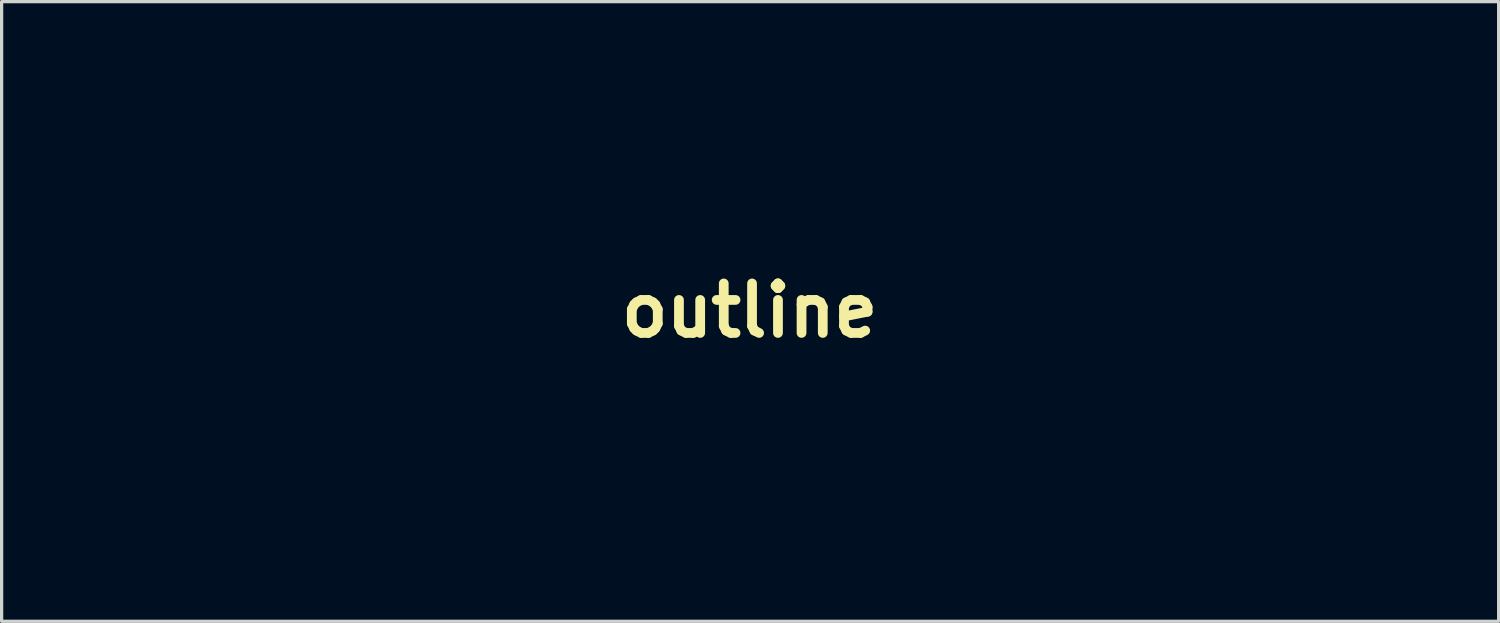
<source format=kicad_pcb>
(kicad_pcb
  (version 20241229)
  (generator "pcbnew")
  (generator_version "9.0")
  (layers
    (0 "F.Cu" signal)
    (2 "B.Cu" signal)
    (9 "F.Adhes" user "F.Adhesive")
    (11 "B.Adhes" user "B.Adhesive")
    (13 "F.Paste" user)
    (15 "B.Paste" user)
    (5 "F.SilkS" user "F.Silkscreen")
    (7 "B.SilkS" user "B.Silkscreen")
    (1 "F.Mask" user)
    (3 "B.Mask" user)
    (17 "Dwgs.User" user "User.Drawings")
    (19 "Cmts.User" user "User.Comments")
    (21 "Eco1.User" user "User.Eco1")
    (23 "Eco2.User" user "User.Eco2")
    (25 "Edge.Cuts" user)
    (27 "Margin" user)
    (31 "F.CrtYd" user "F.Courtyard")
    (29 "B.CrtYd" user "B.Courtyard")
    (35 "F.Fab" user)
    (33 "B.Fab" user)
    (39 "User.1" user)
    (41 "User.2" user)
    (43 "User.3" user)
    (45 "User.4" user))
  (footprint "outline"
    (layer "F.Cu")
    (at 20.029 6.51)
    (property "Reference" "outline" (at 0 0 0) (layer "F.SilkS") (effects (font (size 1.524 1.524) (thickness 0.3))))
    (attr board_only exclude_from_pos_files exclude_from_bom)
    (fp_poly (pts (xy -11.233 -1.664) (xy -11.128 -1.608) (xy -11.048 -1.532) (xy -11.001 -1.444) (xy -10.995 -1.395) (xy -11.019 -1.285) (xy -11.09 -1.167) (xy -11.203 -1.043) (xy -11.356 -0.917) (xy -11.545 -0.791) (xy -11.766 -0.669) (xy -12.013 -0.553) (xy -12.101 -0.519) (xy -12.215 -0.48) (xy -12.344 -0.44) (xy -12.476 -0.401) (xy -12.598 -0.368) (xy -12.7 -0.344) (xy -12.769 -0.332) (xy -12.781 -0.331) (xy -12.785 -0.353) (xy -12.774 -0.409) (xy -12.76 -0.464) (xy -12.676 -0.676) (xy -12.554 -0.886) (xy -12.401 -1.086) (xy -12.223 -1.269) (xy -12.03 -1.429) (xy -11.826 -1.559) (xy -11.621 -1.65) (xy -11.472 -1.69) (xy -11.351 -1.693)) (stroke (width 0) (type solid)) (fill yes) (layer "F.Mask"))
    (fp_poly (pts (xy -7.171 -1.687) (xy -7.063 -1.64) (xy -6.97 -1.572) (xy -6.902 -1.492) (xy -6.872 -1.408) (xy -6.872 -1.396) (xy -6.896 -1.292) (xy -6.964 -1.179) (xy -7.071 -1.06) (xy -7.213 -0.94) (xy -7.383 -0.821) (xy -7.578 -0.707) (xy -7.792 -0.601) (xy -8.02 -0.507) (xy -8.257 -0.429) (xy -8.272 -0.425) (xy -8.436 -0.38) (xy -8.557 -0.354) (xy -8.634 -0.345) (xy -8.673 -0.353) (xy -8.678 -0.364) (xy -8.669 -0.401) (xy -8.645 -0.471) (xy -8.612 -0.56) (xy -8.606 -0.574) (xy -8.474 -0.841) (xy -8.297 -1.085) (xy -8.08 -1.304) (xy -7.854 -1.473) (xy -7.735 -1.543) (xy -7.604 -1.607) (xy -7.476 -1.659) (xy -7.363 -1.693) (xy -7.283 -1.705)) (stroke (width 0) (type solid)) (fill yes) (layer "F.Mask"))
    (fp_poly (pts (xy -11.102 -6.504) (xy -11.053 -6.456) (xy -10.976 -6.369) (xy -10.875 -6.243) (xy -10.825 -6.179) (xy -10.665 -5.97) (xy -10.536 -5.793) (xy -10.433 -5.64) (xy -10.355 -5.507) (xy -10.298 -5.386) (xy -10.259 -5.27) (xy -10.235 -5.153) (xy -10.223 -5.028) (xy -10.22 -4.889) (xy -10.22 -4.874) (xy -10.223 -4.735) (xy -10.231 -4.631) (xy -10.246 -4.546) (xy -10.272 -4.465) (xy -10.281 -4.441) (xy -10.41 -4.181) (xy -10.581 -3.946) (xy -10.794 -3.738) (xy -10.961 -3.615) (xy -11.219 -3.471) (xy -11.505 -3.361) (xy -11.823 -3.285) (xy -12.172 -3.244) (xy -12.555 -3.236) (xy -12.973 -3.263) (xy -13.428 -3.322) (xy -13.586 -3.35) (xy -13.716 -3.372) (xy -13.826 -3.39) (xy -13.908 -3.402) (xy -13.953 -3.407) (xy -13.959 -3.406) (xy -13.97 -3.38) (xy -13.992 -3.316) (xy -14.022 -3.224) (xy -14.043 -3.156) (xy -14.097 -2.985) (xy -14.163 -2.78) (xy -14.237 -2.546) (xy -14.32 -2.288) (xy -14.409 -2.012) (xy -14.502 -1.722) (xy -14.598 -1.424) (xy -14.695 -1.123) (xy -14.792 -0.824) (xy -14.886 -0.533) (xy -14.976 -0.254) (xy -15.061 0.007) (xy -15.139 0.244) (xy -15.207 0.454) (xy -15.265 0.63) (xy -15.311 0.768) (xy -15.339 0.854) (xy -15.413 1.06) (xy -15.484 1.248) (xy -15.551 1.407) (xy -15.609 1.53) (xy -15.627 1.564) (xy -15.794 1.809) (xy -16.001 2.037) (xy -16.24 2.237) (xy -16.501 2.404) (xy -16.669 2.485) (xy -16.85 2.555) (xy -17.053 2.622) (xy -17.257 2.678) (xy -17.44 2.718) (xy -17.468 2.723) (xy -17.622 2.74) (xy -17.799 2.746) (xy -17.979 2.741) (xy -18.143 2.727) (xy -18.236 2.711) (xy -18.515 2.627) (xy -18.768 2.505) (xy -18.991 2.347) (xy -19.18 2.157) (xy -19.331 1.938) (xy -19.44 1.695) (xy -19.447 1.675) (xy -19.49 1.486) (xy -19.509 1.277) (xy -19.502 1.065) (xy -19.471 0.871) (xy -19.447 0.789) (xy -19.332 0.535) (xy -19.173 0.302) (xy -19.036 0.152) (xy -18.842 -0.012) (xy -18.626 -0.139) (xy -18.384 -0.232) (xy -18.109 -0.293) (xy -17.873 -0.319) (xy -17.614 -0.337) (xy -17.355 -1.117) (xy -17.287 -1.32) (xy -17.219 -1.52) (xy -17.154 -1.708) (xy -17.096 -1.876) (xy -17.046 -2.016) (xy -17.008 -2.118) (xy -16.998 -2.145) (xy -16.824 -2.542) (xy -16.628 -2.914) (xy -16.414 -3.254) (xy -16.242 -3.485) (xy -16.182 -3.56) (xy -16.139 -3.619) (xy -16.118 -3.651) (xy -16.117 -3.655) (xy -16.146 -3.655) (xy -16.213 -3.646) (xy -16.307 -3.629) (xy -16.416 -3.607) (xy -16.531 -3.582) (xy -16.64 -3.556) (xy -16.732 -3.532) (xy -16.797 -3.513) (xy -16.823 -3.5) (xy -16.823 -3.499) (xy -16.827 -3.423) (xy -16.839 -3.308) (xy -16.856 -3.167) (xy -16.877 -3.013) (xy -16.9 -2.857) (xy -16.923 -2.711) (xy -16.945 -2.588) (xy -16.964 -2.5) (xy -17.065 -2.191) (xy -17.2 -1.917) (xy -17.369 -1.679) (xy -17.568 -1.479) (xy -17.795 -1.319) (xy -18.05 -1.201) (xy -18.329 -1.126) (xy -18.631 -1.095) (xy -18.682 -1.094) (xy -18.933 -1.111) (xy -19.152 -1.164) (xy -19.35 -1.257) (xy -19.534 -1.393) (xy -19.637 -1.491) (xy -19.799 -1.696) (xy -19.919 -1.928) (xy -19.996 -2.184) (xy -20.029 -2.459) (xy -20.029 -2.507) (xy -19.569 -2.507) (xy -19.566 -2.437) (xy -19.532 -2.22) (xy -19.458 -2.025) (xy -19.349 -1.857) (xy -19.21 -1.72) (xy -19.046 -1.62) (xy -18.859 -1.56) (xy -18.694 -1.545) (xy -18.441 -1.569) (xy -18.204 -1.638) (xy -17.987 -1.747) (xy -17.798 -1.893) (xy -17.641 -2.072) (xy -17.538 -2.246) (xy -17.478 -2.393) (xy -17.421 -2.567) (xy -17.373 -2.748) (xy -17.344 -2.896) (xy -17.327 -3.004) (xy -17.448 -2.94) (xy -17.559 -2.892) (xy -17.65 -2.879) (xy -17.736 -2.9) (xy -17.763 -2.913) (xy -17.836 -2.973) (xy -17.866 -3.054) (xy -17.853 -3.158) (xy -17.797 -3.288) (xy -17.777 -3.323) (xy -17.638 -3.51) (xy -17.453 -3.675) (xy -17.226 -3.817) (xy -16.957 -3.934) (xy -16.648 -4.027) (xy -16.3 -4.095) (xy -16.25 -4.102) (xy -16.136 -4.113) (xy -15.986 -4.122) (xy -15.812 -4.129) (xy -15.625 -4.133) (xy -15.436 -4.134) (xy -15.258 -4.132) (xy -15.102 -4.128) (xy -14.979 -4.12) (xy -14.931 -4.114) (xy -14.782 -4.093) (xy -14.955 -3.993) (xy -15.156 -3.868) (xy -15.33 -3.742) (xy -15.494 -3.601) (xy -15.666 -3.432) (xy -15.678 -3.419) (xy -15.879 -3.196) (xy -16.05 -2.974) (xy -16.204 -2.735) (xy -16.31 -2.545) (xy -16.36 -2.449) (xy -16.408 -2.35) (xy -16.456 -2.245) (xy -16.506 -2.128) (xy -16.558 -1.995) (xy -16.616 -1.842) (xy -16.68 -1.665) (xy -16.753 -1.458) (xy -16.835 -1.217) (xy -16.929 -0.939) (xy -17.036 -0.618) (xy -17.076 -0.496) (xy -17.157 -0.253) (xy -17.234 -0.024) (xy -17.306 0.187) (xy -17.37 0.376) (xy -17.426 0.536) (xy -17.471 0.664) (xy -17.505 0.755) (xy -17.524 0.804) (xy -17.527 0.809) (xy -17.591 0.878) (xy -17.679 0.934) (xy -17.769 0.965) (xy -17.795 0.967) (xy -17.858 0.951) (xy -17.929 0.911) (xy -17.942 0.9) (xy -18.04 0.792) (xy -18.088 0.673) (xy -18.088 0.546) (xy -18.037 0.412) (xy -17.938 0.274) (xy -17.913 0.246) (xy -17.861 0.189) (xy -17.83 0.147) (xy -17.826 0.134) (xy -17.854 0.133) (xy -17.92 0.141) (xy -18.012 0.154) (xy -18.053 0.161) (xy -18.303 0.227) (xy -18.524 0.334) (xy -18.714 0.479) (xy -18.869 0.66) (xy -18.968 0.833) (xy -19.009 0.924) (xy -19.033 1) (xy -19.045 1.08) (xy -19.05 1.183) (xy -19.05 1.236) (xy -19.048 1.351) (xy -19.041 1.435) (xy -19.022 1.507) (xy -18.989 1.588) (xy -18.954 1.66) (xy -18.839 1.846) (xy -18.692 1.999) (xy -18.509 2.123) (xy -18.285 2.22) (xy -18.21 2.244) (xy -18.059 2.274) (xy -17.876 2.285) (xy -17.675 2.278) (xy -17.47 2.254) (xy -17.276 2.212) (xy -17.243 2.203) (xy -16.927 2.093) (xy -16.653 1.958) (xy -16.42 1.796) (xy -16.223 1.605) (xy -16.06 1.383) (xy -15.977 1.234) (xy -15.941 1.152) (xy -15.89 1.021) (xy -15.826 0.843) (xy -15.748 0.62) (xy -15.657 0.352) (xy -15.553 0.04) (xy -15.437 -0.314) (xy -15.309 -0.71) (xy -15.168 -1.147) (xy -15.092 -1.387) (xy -14.976 -1.75) (xy -14.866 -2.096) (xy -14.761 -2.421) (xy -14.664 -2.723) (xy -14.575 -2.999) (xy -14.495 -3.246) (xy -14.424 -3.46) (xy -14.365 -3.64) (xy -14.317 -3.781) (xy -14.283 -3.882) (xy -14.262 -3.938) (xy -14.256 -3.95) (xy -14.225 -3.953) (xy -14.158 -3.944) (xy -14.069 -3.924) (xy -14.049 -3.919) (xy -13.718 -3.842) (xy -13.382 -3.779) (xy -13.052 -3.731) (xy -12.742 -3.701) (xy -12.465 -3.69) (xy -12.463 -3.69) (xy -12.107 -3.708) (xy -11.787 -3.759) (xy -11.504 -3.845) (xy -11.258 -3.965) (xy -11.05 -4.118) (xy -10.88 -4.306) (xy -10.759 -4.504) (xy -10.717 -4.594) (xy -10.692 -4.669) (xy -10.68 -4.748) (xy -10.677 -4.854) (xy -10.677 -4.887) (xy -10.678 -4.998) (xy -10.687 -5.079) (xy -10.707 -5.152) (xy -10.743 -5.236) (xy -10.778 -5.307) (xy -10.827 -5.398) (xy -10.869 -5.469) (xy -10.898 -5.509) (xy -10.906 -5.515) (xy -10.933 -5.498) (xy -10.974 -5.45) (xy -11.002 -5.409) (xy -11.11 -5.283) (xy -11.267 -5.171) (xy -11.473 -5.073) (xy -11.728 -4.988) (xy -11.975 -4.929) (xy -12.201 -4.884) (xy -12.423 -4.845) (xy -12.648 -4.812) (xy -12.884 -4.783) (xy -13.139 -4.758) (xy -13.421 -4.736) (xy -13.739 -4.715) (xy -14.089 -4.696) (xy -14.563 -4.672) (xy -14.99 -4.649) (xy -15.373 -4.626) (xy -15.717 -4.604) (xy -16.025 -4.581) (xy -16.3 -4.558) (xy -16.548 -4.534) (xy -16.77 -4.508) (xy -16.972 -4.48) (xy -17.156 -4.449) (xy -17.327 -4.416) (xy -17.488 -4.379) (xy -17.643 -4.338) (xy -17.796 -4.293) (xy -17.951 -4.243) (xy -18.045 -4.211) (xy -18.39 -4.075) (xy -18.688 -3.922) (xy -18.94 -3.751) (xy -19.149 -3.561) (xy -19.316 -3.351) (xy -19.419 -3.169) (xy -19.508 -2.948) (xy -19.557 -2.734) (xy -19.569 -2.507) (xy -20.029 -2.507) (xy -20.029 -2.514) (xy -20.006 -2.811) (xy -19.936 -3.108) (xy -19.823 -3.393) (xy -19.671 -3.656) (xy -19.671 -3.656) (xy -19.489 -3.878) (xy -19.26 -4.085) (xy -18.987 -4.275) (xy -18.673 -4.447) (xy -18.32 -4.6) (xy -17.929 -4.733) (xy -17.505 -4.844) (xy -17.048 -4.932) (xy -17.027 -4.936) (xy -16.894 -4.955) (xy -16.748 -4.974) (xy -16.584 -4.992) (xy -16.399 -5.01) (xy -16.189 -5.028) (xy -15.951 -5.046) (xy -15.681 -5.064) (xy -15.375 -5.083) (xy -15.03 -5.104) (xy -14.642 -5.125) (xy -14.208 -5.148) (xy -14.1 -5.154) (xy -13.638 -5.181) (xy -13.214 -5.215) (xy -12.831 -5.255) (xy -12.489 -5.299) (xy -12.19 -5.349) (xy -11.936 -5.404) (xy -11.727 -5.464) (xy -11.564 -5.527) (xy -11.45 -5.595) (xy -11.392 -5.657) (xy -11.373 -5.7) (xy -11.344 -5.783) (xy -11.308 -5.895) (xy -11.269 -6.026) (xy -11.249 -6.095) (xy -11.211 -6.229) (xy -11.176 -6.347) (xy -11.148 -6.439) (xy -11.129 -6.497) (xy -11.124 -6.51)) (stroke (width 0) (type solid)) (fill yes) (layer "F.Mask"))
    (fp_poly (pts (xy 18.582 -4.963) (xy 18.819 -4.962) (xy 19.035 -4.96) (xy 19.226 -4.958) (xy 19.386 -4.955) (xy 19.511 -4.952) (xy 19.596 -4.949) (xy 19.637 -4.945) (xy 19.64 -4.944) (xy 19.629 -4.914) (xy 19.604 -4.842) (xy 19.568 -4.734) (xy 19.522 -4.596) (xy 19.468 -4.434) (xy 19.409 -4.253) (xy 19.346 -4.061) (xy 19.282 -3.862) (xy 19.217 -3.664) (xy 19.155 -3.471) (xy 19.097 -3.29) (xy 19.045 -3.127) (xy 19 -2.989) (xy 18.966 -2.88) (xy 18.944 -2.807) (xy 18.935 -2.777) (xy 18.935 -2.776) (xy 18.961 -2.763) (xy 19.036 -2.754) (xy 19.162 -2.749) (xy 19.254 -2.749) (xy 19.374 -2.747) (xy 19.474 -2.744) (xy 19.543 -2.739) (xy 19.571 -2.732) (xy 19.572 -2.731) (xy 19.564 -2.703) (xy 19.544 -2.633) (xy 19.512 -2.527) (xy 19.47 -2.391) (xy 19.421 -2.231) (xy 19.366 -2.054) (xy 19.352 -2.012) (xy 19.294 -1.826) (xy 19.239 -1.649) (xy 19.19 -1.49) (xy 19.148 -1.357) (xy 19.117 -1.255) (xy 19.098 -1.194) (xy 19.097 -1.19) (xy 19.061 -1.069) (xy 18.379 -1.069) (xy 18.119 -0.274) (xy 18.031 -0.006) (xy 17.959 0.218) (xy 17.899 0.401) (xy 17.852 0.548) (xy 17.816 0.662) (xy 17.79 0.748) (xy 17.772 0.81) (xy 17.762 0.851) (xy 17.758 0.875) (xy 17.758 0.887) (xy 17.763 0.891) (xy 17.764 0.891) (xy 17.79 0.873) (xy 17.84 0.827) (xy 17.905 0.76) (xy 17.926 0.739) (xy 18.077 0.542) (xy 18.191 0.318) (xy 18.271 0.062) (xy 18.312 -0.185) (xy 18.328 -0.331) (xy 19.192 -0.331) (xy 19.396 -0.33) (xy 19.582 -0.329) (xy 19.746 -0.326) (xy 19.881 -0.323) (xy 19.981 -0.319) (xy 20.041 -0.314) (xy 20.055 -0.31) (xy 20.048 -0.278) (xy 20.027 -0.21) (xy 19.996 -0.118) (xy 19.977 -0.062) (xy 19.94 0.065) (xy 19.901 0.227) (xy 19.865 0.409) (xy 19.837 0.572) (xy 19.749 1.056) (xy 19.637 1.52) (xy 19.502 1.957) (xy 19.345 2.364) (xy 19.17 2.734) (xy 18.978 3.062) (xy 18.906 3.167) (xy 18.737 3.382) (xy 18.529 3.608) (xy 18.292 3.837) (xy 18.035 4.06) (xy 17.766 4.271) (xy 17.495 4.46) (xy 17.268 4.6) (xy 17.04 4.718) (xy 16.77 4.837) (xy 16.467 4.954) (xy 16.139 5.065) (xy 15.794 5.169) (xy 15.443 5.263) (xy 15.092 5.343) (xy 14.752 5.407) (xy 14.75 5.407) (xy 14.588 5.433) (xy 14.418 5.458) (xy 14.239 5.483) (xy 14.051 5.507) (xy 13.851 5.531) (xy 13.639 5.554) (xy 13.414 5.576) (xy 13.173 5.598) (xy 12.917 5.62) (xy 12.643 5.642) (xy 12.351 5.663) (xy 12.039 5.685) (xy 11.706 5.706) (xy 11.352 5.727) (xy 10.974 5.748) (xy 10.571 5.77) (xy 10.143 5.791) (xy 9.687 5.813) (xy 9.204 5.835) (xy 8.691 5.857) (xy 8.147 5.88) (xy 7.572 5.903) (xy 6.964 5.926) (xy 6.321 5.95) (xy 5.643 5.975) (xy 4.928 6) (xy 4.176 6.026) (xy 3.384 6.053) (xy 2.552 6.08) (xy 1.678 6.109) (xy 0.762 6.138) (xy -0.199 6.168) (xy -1.205 6.2) (xy -2.257 6.232) (xy -3.356 6.266) (xy -4.505 6.3) (xy -5.307 6.324) (xy -5.511 6.331) (xy -5.75 6.338) (xy -6.021 6.346) (xy -6.321 6.354) (xy -6.647 6.364) (xy -6.995 6.374) (xy -7.363 6.384) (xy -7.746 6.395) (xy -8.142 6.407) (xy -8.548 6.418) (xy -8.96 6.43) (xy -9.376 6.442) (xy -9.791 6.453) (xy -10.203 6.465) (xy -10.609 6.477) (xy -11.006 6.488) (xy -11.389 6.499) (xy -11.757 6.509) (xy -12.106 6.519) (xy -12.432 6.528) (xy -12.733 6.536) (xy -13.005 6.544) (xy -13.245 6.55) (xy -13.45 6.556) (xy -13.617 6.56) (xy -13.743 6.564) (xy -13.823 6.566) (xy -13.856 6.566) (xy -13.874 6.562) (xy -13.903 6.548) (xy -13.945 6.523) (xy -14.003 6.485) (xy -14.078 6.432) (xy -14.173 6.364) (xy -14.289 6.279) (xy -14.429 6.175) (xy -14.595 6.05) (xy -14.788 5.903) (xy -15.011 5.733) (xy -15.266 5.538) (xy -15.554 5.316) (xy -15.879 5.066) (xy -16.242 4.786) (xy -16.263 4.77) (xy -16.567 4.535) (xy -16.86 4.309) (xy -17.14 4.094) (xy -17.404 3.89) (xy -17.649 3.701) (xy -17.874 3.528) (xy -18.075 3.373) (xy -18.082 3.368) (xy -17.302 3.368) (xy -17.286 3.39) (xy -17.268 3.407) (xy -17.241 3.43) (xy -17.176 3.482) (xy -17.077 3.56) (xy -16.947 3.662) (xy -16.789 3.785) (xy -16.605 3.928) (xy -16.399 4.088) (xy -16.175 4.262) (xy -15.934 4.448) (xy -15.681 4.644) (xy -15.5 4.784) (xy -13.782 6.11) (xy -13.311 6.095) (xy -13.225 6.093) (xy -13.092 6.089) (xy -12.916 6.084) (xy -12.699 6.077) (xy -12.447 6.07) (xy -12.162 6.062) (xy -11.848 6.053) (xy -11.51 6.044) (xy -11.15 6.034) (xy -10.772 6.023) (xy -10.38 6.012) (xy -9.978 6.001) (xy -9.671 5.992) (xy -8.759 5.967) (xy -7.833 5.941) (xy -6.897 5.914) (xy -5.954 5.886) (xy -5.009 5.858) (xy -4.065 5.83) (xy -3.125 5.802) (xy -2.192 5.773) (xy -1.272 5.745) (xy -0.366 5.716) (xy 0.522 5.688) (xy 1.387 5.661) (xy 2.226 5.633) (xy 3.037 5.607) (xy 3.814 5.581) (xy 4.556 5.556) (xy 5.257 5.531) (xy 5.915 5.508) (xy 6.526 5.486) (xy 6.579 5.484) (xy 7.362 5.455) (xy 8.096 5.426) (xy 8.784 5.398) (xy 9.426 5.37) (xy 10.026 5.342) (xy 10.585 5.315) (xy 11.104 5.287) (xy 11.587 5.259) (xy 12.036 5.23) (xy 12.451 5.201) (xy 12.835 5.171) (xy 13.191 5.14) (xy 13.52 5.108) (xy 13.824 5.075) (xy 14.105 5.04) (xy 14.365 5.004) (xy 14.607 4.966) (xy 14.831 4.927) (xy 15.041 4.885) (xy 15.238 4.841) (xy 15.423 4.795) (xy 15.833 4.679) (xy 16.216 4.553) (xy 16.567 4.418) (xy 16.882 4.278) (xy 17.154 4.133) (xy 17.339 4.015) (xy 17.628 3.8) (xy 17.899 3.573) (xy 18.146 3.341) (xy 18.362 3.111) (xy 18.539 2.89) (xy 18.591 2.815) (xy 18.748 2.55) (xy 18.896 2.244) (xy 19.033 1.906) (xy 19.154 1.547) (xy 19.257 1.176) (xy 19.339 0.802) (xy 19.396 0.435) (xy 19.41 0.299) (xy 19.426 0.127) (xy 18.737 0.127) (xy 18.681 0.311) (xy 18.59 0.556) (xy 18.472 0.781) (xy 18.333 0.98) (xy 18.178 1.146) (xy 18.013 1.271) (xy 17.934 1.313) (xy 17.809 1.354) (xy 17.673 1.371) (xy 17.538 1.365) (xy 17.416 1.337) (xy 17.319 1.29) (xy 17.258 1.225) (xy 17.233 1.129) (xy 17.24 0.996) (xy 17.28 0.827) (xy 17.292 0.789) (xy 17.313 0.724) (xy 17.348 0.617) (xy 17.395 0.474) (xy 17.452 0.3) (xy 17.516 0.103) (xy 17.586 -0.112) (xy 17.66 -0.339) (xy 17.701 -0.464) (xy 18.047 -1.527) (xy 18.722 -1.527) (xy 18.839 -1.902) (xy 18.955 -2.278) (xy 18.627 -2.285) (xy 18.505 -2.289) (xy 18.403 -2.294) (xy 18.331 -2.301) (xy 18.3 -2.308) (xy 18.299 -2.309) (xy 18.307 -2.336) (xy 18.328 -2.406) (xy 18.361 -2.511) (xy 18.404 -2.646) (xy 18.455 -2.804) (xy 18.512 -2.979) (xy 18.519 -3.002) (xy 18.586 -3.206) (xy 18.655 -3.42) (xy 18.724 -3.631) (xy 18.787 -3.827) (xy 18.842 -3.995) (xy 18.873 -4.091) (xy 19.006 -4.505) (xy 17.342 -4.505) (xy 16.983 -3.404) (xy 16.624 -2.303) (xy 16.311 -2.291) (xy 15.998 -2.278) (xy 15.879 -1.902) (xy 15.76 -1.527) (xy 16.062 -1.527) (xy 16.207 -1.525) (xy 16.304 -1.519) (xy 16.355 -1.508) (xy 16.365 -1.498) (xy 16.357 -1.468) (xy 16.336 -1.395) (xy 16.302 -1.286) (xy 16.257 -1.146) (xy 16.205 -0.983) (xy 16.146 -0.801) (xy 16.112 -0.697) (xy 16.032 -0.455) (xy 15.964 -0.257) (xy 15.907 -0.098) (xy 15.856 0.03) (xy 15.809 0.13) (xy 15.764 0.208) (xy 15.719 0.269) (xy 15.67 0.319) (xy 15.615 0.363) (xy 15.588 0.382) (xy 15.42 0.478) (xy 15.264 0.525) (xy 15.117 0.523) (xy 14.977 0.471) (xy 14.842 0.37) (xy 14.782 0.309) (xy 14.668 0.15) (xy 14.604 -0.019) (xy 14.591 -0.189) (xy 15.054 -0.189) (xy 15.059 -0.095) (xy 15.069 -0.071) (xy 15.103 -0.014) (xy 15.144 0.039) (xy 15.178 0.072) (xy 15.187 0.076) (xy 15.214 0.066) (xy 15.266 0.04) (xy 15.27 0.039) (xy 15.339 -0.01) (xy 15.395 -0.066) (xy 15.416 -0.107) (xy 15.449 -0.186) (xy 15.49 -0.295) (xy 15.536 -0.422) (xy 15.584 -0.559) (xy 15.629 -0.696) (xy 15.67 -0.823) (xy 15.702 -0.93) (xy 15.723 -1.007) (xy 15.729 -1.041) (xy 15.71 -1.067) (xy 15.668 -1.069) (xy 15.619 -1.05) (xy 15.584 -1.015) (xy 15.582 -1.012) (xy 15.554 -0.968) (xy 15.5 -0.898) (xy 15.431 -0.814) (xy 15.387 -0.764) (xy 15.256 -0.6) (xy 15.155 -0.446) (xy 15.087 -0.308) (xy 15.054 -0.189) (xy 14.591 -0.189) (xy 14.59 -0.199) (xy 14.625 -0.39) (xy 14.651 -0.465) (xy 14.704 -0.576) (xy 14.782 -0.71) (xy 14.876 -0.853) (xy 14.977 -0.991) (xy 15.046 -1.075) (xy 15.125 -1.175) (xy 15.176 -1.263) (xy 15.205 -1.358) (xy 15.218 -1.476) (xy 15.22 -1.579) (xy 15.216 -1.697) (xy 15.2 -1.787) (xy 15.169 -1.872) (xy 15.154 -1.903) (xy 15.05 -2.058) (xy 14.91 -2.177) (xy 14.737 -2.26) (xy 14.532 -2.305) (xy 14.459 -2.311) (xy 14.201 -2.303) (xy 13.962 -2.249) (xy 13.738 -2.148) (xy 13.634 -2.081) (xy 13.602 -2.049) (xy 13.543 -1.981) (xy 13.463 -1.883) (xy 13.366 -1.76) (xy 13.255 -1.617) (xy 13.136 -1.46) (xy 13.075 -1.379) (xy 12.941 -1.202) (xy 12.795 -1.011) (xy 12.641 -0.81) (xy 12.481 -0.604) (xy 12.318 -0.396) (xy 12.156 -0.191) (xy 11.998 0.009) (xy 11.847 0.198) (xy 11.706 0.374) (xy 11.578 0.531) (xy 11.466 0.667) (xy 11.374 0.777) (xy 11.304 0.857) (xy 11.26 0.904) (xy 11.246 0.915) (xy 11.249 0.892) (xy 11.266 0.828) (xy 11.295 0.728) (xy 11.334 0.599) (xy 11.381 0.448) (xy 11.421 0.324) (xy 11.473 0.162) (xy 11.538 -0.039) (xy 11.612 -0.269) (xy 11.693 -0.517) (xy 11.776 -0.775) (xy 11.859 -1.032) (xy 11.936 -1.273) (xy 12.261 -2.278) (xy 11.965 -2.293) (xy 11.844 -2.299) (xy 11.686 -2.303) (xy 11.506 -2.308) (xy 11.317 -2.311) (xy 11.133 -2.313) (xy 10.597 -2.316) (xy 10.157 -0.961) (xy 10.047 -0.624) (xy 9.951 -0.331) (xy 9.866 -0.08) (xy 9.792 0.135) (xy 9.726 0.317) (xy 9.667 0.469) (xy 9.614 0.596) (xy 9.565 0.702) (xy 9.517 0.791) (xy 9.471 0.866) (xy 9.424 0.931) (xy 9.374 0.991) (xy 9.353 1.014) (xy 9.198 1.159) (xy 9.035 1.272) (xy 8.869 1.35) (xy 8.708 1.392) (xy 8.559 1.395) (xy 8.438 1.36) (xy 8.35 1.295) (xy 8.301 1.198) (xy 8.29 1.071) (xy 8.299 1.024) (xy 8.323 0.932) (xy 8.361 0.797) (xy 8.412 0.624) (xy 8.476 0.416) (xy 8.55 0.175) (xy 8.635 -0.095) (xy 8.729 -0.391) (xy 8.816 -0.662) (xy 9.336 -2.278) (xy 9.039 -2.293) (xy 8.918 -2.299) (xy 8.76 -2.303) (xy 8.579 -2.308) (xy 8.389 -2.311) (xy 8.207 -2.313) (xy 7.671 -2.316) (xy 7.23 -0.961) (xy 7.146 -0.702) (xy 7.064 -0.453) (xy 6.986 -0.219) (xy 6.913 -0.004) (xy 6.848 0.186) (xy 6.792 0.345) (xy 6.748 0.47) (xy 6.716 0.554) (xy 6.704 0.581) (xy 6.619 0.747) (xy 6.519 0.905) (xy 6.414 1.043) (xy 6.313 1.149) (xy 6.289 1.169) (xy 6.143 1.266) (xy 5.987 1.337) (xy 5.832 1.381) (xy 5.688 1.394) (xy 5.566 1.373) (xy 5.542 1.363) (xy 5.457 1.296) (xy 5.401 1.198) (xy 5.381 1.083) (xy 5.386 1.023) (xy 5.397 0.98) (xy 5.423 0.895) (xy 5.462 0.771) (xy 5.512 0.615) (xy 5.572 0.432) (xy 5.639 0.227) (xy 5.712 0.005) (xy 5.781 -0.202) (xy 5.877 -0.492) (xy 5.958 -0.738) (xy 6.025 -0.945) (xy 6.078 -1.118) (xy 6.118 -1.261) (xy 6.147 -1.378) (xy 6.166 -1.475) (xy 6.176 -1.555) (xy 6.178 -1.624) (xy 6.172 -1.686) (xy 6.161 -1.745) (xy 6.147 -1.796) (xy 6.08 -1.944) (xy 5.973 -2.078) (xy 5.835 -2.189) (xy 5.691 -2.262) (xy 5.518 -2.305) (xy 5.32 -2.316) (xy 5.114 -2.298) (xy 4.915 -2.251) (xy 4.757 -2.188) (xy 4.694 -2.152) (xy 4.632 -2.108) (xy 4.567 -2.05) (xy 4.494 -1.975) (xy 4.409 -1.877) (xy 4.308 -1.752) (xy 4.186 -1.594) (xy 4.051 -1.415) (xy 3.848 -1.147) (xy 3.633 -0.867) (xy 3.413 -0.584) (xy 3.195 -0.307) (xy 2.985 -0.044) (xy 2.79 0.197) (xy 2.617 0.407) (xy 2.585 0.445) (xy 2.491 0.558) (xy 2.402 0.665) (xy 2.327 0.756) (xy 2.274 0.821) (xy 2.259 0.84) (xy 2.218 0.887) (xy 2.193 0.907) (xy 2.19 0.904) (xy 2.198 0.876) (xy 2.22 0.804) (xy 2.257 0.689) (xy 2.306 0.536) (xy 2.367 0.347) (xy 2.439 0.124) (xy 2.52 -0.128) (xy 2.61 -0.406) (xy 2.708 -0.708) (xy 2.813 -1.03) (xy 2.923 -1.369) (xy 3.039 -1.723) (xy 3.062 -1.794) (xy 3.934 -4.467) (xy 3.095 -4.473) (xy 2.894 -4.475) (xy 2.71 -4.475) (xy 2.548 -4.475) (xy 2.415 -4.475) (xy 2.317 -4.473) (xy 2.26 -4.471) (xy 2.247 -4.47) (xy 2.238 -4.445) (xy 2.214 -4.374) (xy 2.177 -4.262) (xy 2.127 -4.111) (xy 2.066 -3.924) (xy 1.994 -3.705) (xy 1.913 -3.457) (xy 1.824 -3.182) (xy 1.727 -2.885) (xy 1.624 -2.569) (xy 1.516 -2.236) (xy 1.427 -1.963) (xy 1.295 -1.555) (xy 1.178 -1.194) (xy 1.074 -0.875) (xy 0.982 -0.595) (xy 0.902 -0.352) (xy 0.833 -0.143) (xy 0.773 0.036) (xy 0.721 0.186) (xy 0.677 0.312) (xy 0.639 0.417) (xy 0.606 0.502) (xy 0.578 0.572) (xy 0.553 0.628) (xy 0.53 0.675) (xy 0.509 0.714) (xy 0.495 0.738) (xy 0.366 0.933) (xy 0.24 1.086) (xy 0.109 1.205) (xy 0.01 1.273) (xy -0.066 1.316) (xy -0.129 1.343) (xy -0.195 1.356) (xy -0.282 1.361) (xy -0.358 1.362) (xy -0.506 1.356) (xy -0.613 1.336) (xy -0.688 1.298) (xy -0.74 1.24) (xy -0.753 1.217) (xy -0.782 1.139) (xy -0.784 1.055) (xy -0.758 0.955) (xy -0.702 0.831) (xy -0.676 0.782) (xy -0.571 0.558) (xy -0.508 0.356) (xy -0.486 0.169) (xy -0.506 -0.008) (xy -0.566 -0.18) (xy -0.574 -0.197) (xy -0.651 -0.323) (xy -0.766 -0.462) (xy -0.92 -0.615) (xy -1.115 -0.785) (xy -1.351 -0.972) (xy -1.632 -1.178) (xy -1.934 -1.387) (xy -2.053 -1.47) (xy -2.167 -1.553) (xy -2.264 -1.628) (xy -2.332 -1.685) (xy -2.337 -1.69) (xy -2.461 -1.823) (xy -2.583 -1.984) (xy -2.688 -2.152) (xy -2.738 -2.251) (xy -2.801 -2.447) (xy -2.817 -2.604) (xy -2.365 -2.604) (xy -2.354 -2.526) (xy -2.323 -2.445) (xy -2.306 -2.409) (xy -2.264 -2.335) (xy -2.208 -2.25) (xy -2.146 -2.168) (xy -2.087 -2.097) (xy -2.039 -2.05) (xy -2.015 -2.036) (xy -2 -2.058) (xy -1.971 -2.12) (xy -1.931 -2.212) (xy -1.884 -2.327) (xy -1.866 -2.374) (xy -1.764 -2.65) (xy -1.687 -2.891) (xy -1.635 -3.095) (xy -1.609 -3.262) (xy -1.609 -3.389) (xy -1.634 -3.476) (xy -1.686 -3.521) (xy -1.696 -3.523) (xy -1.781 -3.521) (xy -1.881 -3.48) (xy -1.987 -3.408) (xy -2.092 -3.312) (xy -2.186 -3.2) (xy -2.261 -3.078) (xy -2.292 -3.009) (xy -2.326 -2.897) (xy -2.352 -2.77) (xy -2.36 -2.705) (xy -2.365 -2.604) (xy -2.817 -2.604) (xy -2.822 -2.66) (xy -2.802 -2.882) (xy -2.744 -3.105) (xy -2.649 -3.32) (xy -2.519 -3.519) (xy -2.404 -3.65) (xy -2.223 -3.807) (xy -2.042 -3.912) (xy -1.86 -3.968) (xy -1.75 -3.977) (xy -1.568 -3.959) (xy -1.419 -3.902) (xy -1.303 -3.809) (xy -1.22 -3.679) (xy -1.172 -3.514) (xy -1.157 -3.315) (xy -1.177 -3.082) (xy -1.231 -2.818) (xy -1.307 -2.564) (xy -1.39 -2.316) (xy 0.278 -2.316) (xy 0.304 -2.411) (xy 0.358 -2.675) (xy 0.379 -2.93) (xy 0.368 -3.165) (xy 0.322 -3.372) (xy 0.307 -3.416) (xy 0.201 -3.625) (xy 0.05 -3.819) (xy -0.14 -3.997) (xy -0.365 -4.153) (xy -0.621 -4.286) (xy -0.9 -4.391) (xy -1.2 -4.464) (xy -1.229 -4.47) (xy -1.397 -4.49) (xy -1.6 -4.5) (xy -1.824 -4.5) (xy -2.055 -4.492) (xy -2.277 -4.474) (xy -2.478 -4.448) (xy -2.577 -4.43) (xy -2.969 -4.328) (xy -3.317 -4.2) (xy -3.622 -4.046) (xy -3.884 -3.865) (xy -4.104 -3.658) (xy -4.281 -3.423) (xy -4.408 -3.181) (xy -4.448 -3.082) (xy -4.473 -2.999) (xy -4.486 -2.915) (xy -4.491 -2.807) (xy -4.491 -2.749) (xy -4.49 -2.631) (xy -4.484 -2.545) (xy -4.467 -2.473) (xy -4.438 -2.396) (xy -4.399 -2.311) (xy -4.334 -2.181) (xy -4.269 -2.063) (xy -4.199 -1.953) (xy -4.121 -1.849) (xy -4.031 -1.746) (xy -3.926 -1.64) (xy -3.801 -1.53) (xy -3.652 -1.41) (xy -3.476 -1.278) (xy -3.27 -1.13) (xy -3.028 -0.962) (xy -2.748 -0.771) (xy -2.699 -0.738) (xy -2.534 -0.626) (xy -2.406 -0.538) (xy -2.309 -0.469) (xy -2.239 -0.415) (xy -2.188 -0.371) (xy -2.152 -0.332) (xy -2.126 -0.293) (xy -2.103 -0.252) (xy -2.098 -0.241) (xy -2.054 -0.132) (xy -2.033 -0.02) (xy -2.029 0.069) (xy -2.038 0.214) (xy -2.073 0.335) (xy -2.142 0.449) (xy -2.249 0.568) (xy -2.256 0.574) (xy -2.416 0.708) (xy -2.585 0.806) (xy -2.772 0.871) (xy -2.988 0.907) (xy -3.21 0.916) (xy -3.458 0.901) (xy -3.671 0.855) (xy -3.847 0.781) (xy -3.984 0.679) (xy -4.08 0.551) (xy -4.134 0.397) (xy -4.144 0.324) (xy -4.145 0.288) (xy -3.685 0.288) (xy -3.654 0.343) (xy -3.581 0.395) (xy -3.479 0.436) (xy -3.378 0.458) (xy -3.301 0.469) (xy -3.247 0.477) (xy -3.232 0.48) (xy -3.203 0.478) (xy -3.137 0.47) (xy -3.049 0.458) (xy -3.047 0.458) (xy -2.935 0.434) (xy -2.822 0.4) (xy -2.752 0.371) (xy -2.652 0.309) (xy -2.567 0.236) (xy -2.506 0.161) (xy -2.478 0.095) (xy -2.479 0.067) (xy -2.491 0.01) (xy -2.494 -0.016) (xy -2.514 -0.043) (xy -2.566 -0.089) (xy -2.64 -0.145) (xy -2.662 -0.16) (xy -2.829 -0.276) (xy -2.922 -0.237) (xy -3.172 -0.127) (xy -3.373 -0.025) (xy -3.525 0.07) (xy -3.627 0.156) (xy -3.679 0.235) (xy -3.685 0.288) (xy -4.145 0.288) (xy -4.146 0.235) (xy -4.136 0.162) (xy -4.107 0.082) (xy -4.074 0.012) (xy -3.985 -0.132) (xy -3.868 -0.256) (xy -3.713 -0.37) (xy -3.653 -0.407) (xy -3.534 -0.476) (xy -3.631 -0.515) (xy -3.876 -0.593) (xy -4.12 -0.633) (xy -4.352 -0.633) (xy -4.557 -0.596) (xy -4.766 -0.516) (xy -4.965 -0.404) (xy -5.146 -0.269) (xy -5.298 -0.118) (xy -5.411 0.042) (xy -5.43 0.079) (xy -5.517 0.313) (xy -5.56 0.558) (xy -5.557 0.806) (xy -5.511 1.048) (xy -5.42 1.277) (xy -5.352 1.394) (xy -5.224 1.547) (xy -5.054 1.693) (xy -4.848 1.828) (xy -4.614 1.948) (xy -4.36 2.05) (xy -4.094 2.129) (xy -3.823 2.181) (xy -3.752 2.19) (xy -3.489 2.204) (xy -3.198 2.191) (xy -2.896 2.154) (xy -2.596 2.095) (xy -2.314 2.016) (xy -2.298 2.01) (xy -2.081 1.936) (xy -1.926 2.015) (xy -1.783 2.083) (xy -1.659 2.13) (xy -1.535 2.162) (xy -1.388 2.185) (xy -1.359 2.189) (xy -1.09 2.203) (xy -0.804 2.182) (xy -0.513 2.13) (xy -0.231 2.05) (xy 0.03 1.944) (xy 0.257 1.815) (xy 0.259 1.814) (xy 0.328 1.768) (xy 0.382 1.733) (xy 0.4 1.722) (xy 0.428 1.731) (xy 0.456 1.79) (xy 0.461 1.807) (xy 0.515 1.912) (xy 0.609 2.015) (xy 0.732 2.105) (xy 0.811 2.147) (xy 0.927 2.182) (xy 1.074 2.201) (xy 1.235 2.203) (xy 1.395 2.188) (xy 1.536 2.157) (xy 1.578 2.142) (xy 1.629 2.121) (xy 1.677 2.1) (xy 1.723 2.075) (xy 1.769 2.044) (xy 1.818 2.005) (xy 1.873 1.954) (xy 1.935 1.89) (xy 2.007 1.809) (xy 2.091 1.709) (xy 2.189 1.587) (xy 2.304 1.44) (xy 2.437 1.266) (xy 2.592 1.063) (xy 2.771 0.826) (xy 2.976 0.554) (xy 3.208 0.245) (xy 3.218 0.231) (xy 3.412 -0.027) (xy 3.597 -0.273) (xy 3.772 -0.504) (xy 3.933 -0.718) (xy 4.079 -0.91) (xy 4.207 -1.079) (xy 4.314 -1.221) (xy 4.4 -1.333) (xy 4.461 -1.411) (xy 4.494 -1.454) (xy 4.501 -1.461) (xy 4.497 -1.44) (xy 4.478 -1.376) (xy 4.446 -1.272) (xy 4.402 -1.133) (xy 4.346 -0.963) (xy 4.282 -0.767) (xy 4.209 -0.549) (xy 4.13 -0.313) (xy 4.091 -0.197) (xy 3.994 0.089) (xy 3.913 0.33) (xy 3.846 0.532) (xy 3.792 0.698) (xy 3.749 0.835) (xy 3.716 0.944) (xy 3.691 1.032) (xy 3.675 1.103) (xy 3.664 1.16) (xy 3.658 1.208) (xy 3.656 1.252) (xy 3.656 1.26) (xy 3.674 1.441) (xy 3.734 1.603) (xy 3.839 1.749) (xy 3.99 1.882) (xy 4.189 2.004) (xy 4.197 2.007) (xy 4.466 2.119) (xy 4.757 2.184) (xy 5.069 2.203) (xy 5.401 2.176) (xy 5.719 2.111) (xy 5.882 2.059) (xy 6.061 1.987) (xy 6.239 1.901) (xy 6.398 1.81) (xy 6.511 1.732) (xy 6.581 1.679) (xy 6.638 1.642) (xy 6.667 1.629) (xy 6.695 1.649) (xy 6.728 1.699) (xy 6.73 1.703) (xy 6.802 1.798) (xy 6.913 1.895) (xy 7.054 1.986) (xy 7.215 2.067) (xy 7.384 2.129) (xy 7.447 2.146) (xy 7.631 2.184) (xy 7.81 2.201) (xy 8.004 2.2) (xy 8.177 2.187) (xy 8.518 2.133) (xy 8.836 2.043) (xy 9.125 1.92) (xy 9.339 1.793) (xy 9.408 1.747) (xy 9.458 1.715) (xy 9.477 1.705) (xy 9.488 1.727) (xy 9.502 1.781) (xy 9.504 1.79) (xy 9.541 1.878) (xy 9.618 1.972) (xy 9.722 2.061) (xy 9.837 2.131) (xy 10.01 2.192) (xy 10.201 2.213) (xy 10.4 2.196) (xy 10.598 2.144) (xy 10.783 2.058) (xy 10.946 1.94) (xy 11.008 1.88) (xy 11.043 1.838) (xy 11.106 1.759) (xy 11.194 1.646) (xy 11.306 1.502) (xy 11.437 1.331) (xy 11.585 1.137) (xy 11.748 0.922) (xy 11.923 0.691) (xy 12.108 0.446) (xy 12.299 0.192) (xy 12.343 0.134) (xy 12.532 -0.117) (xy 12.712 -0.357) (xy 12.881 -0.581) (xy 13.037 -0.787) (xy 13.176 -0.971) (xy 13.298 -1.131) (xy 13.399 -1.264) (xy 13.477 -1.365) (xy 13.53 -1.434) (xy 13.556 -1.465) (xy 13.558 -1.467) (xy 13.555 -1.441) (xy 13.541 -1.376) (xy 13.519 -1.284) (xy 13.5 -1.207) (xy 13.426 -0.85) (xy 13.395 -0.52) (xy 13.406 -0.218) (xy 13.46 0.057) (xy 13.556 0.305) (xy 13.696 0.526) (xy 13.817 0.665) (xy 13.959 0.791) (xy 14.108 0.89) (xy 14.278 0.969) (xy 14.483 1.035) (xy 14.52 1.045) (xy 14.751 1.087) (xy 14.994 1.099) (xy 15.232 1.081) (xy 15.451 1.033) (xy 15.525 1.007) (xy 15.543 1.007) (xy 15.555 1.03) (xy 15.561 1.083) (xy 15.563 1.176) (xy 15.563 1.228) (xy 15.565 1.345) (xy 15.572 1.427) (xy 15.587 1.492) (xy 15.615 1.556) (xy 15.639 1.6) (xy 15.752 1.755) (xy 15.908 1.897) (xy 16.103 2.02) (xy 16.304 2.111) (xy 16.527 2.171) (xy 16.778 2.198) (xy 17.048 2.192) (xy 17.328 2.154) (xy 17.608 2.085) (xy 17.879 1.985) (xy 17.941 1.958) (xy 18.035 1.915) (xy 18.11 1.884) (xy 18.156 1.868) (xy 18.164 1.867) (xy 18.164 1.901) (xy 18.137 1.964) (xy 18.089 2.05) (xy 18.025 2.149) (xy 17.95 2.252) (xy 17.871 2.351) (xy 17.799 2.431) (xy 17.68 2.543) (xy 17.53 2.668) (xy 17.357 2.799) (xy 17.173 2.93) (xy 16.987 3.052) (xy 16.809 3.161) (xy 16.649 3.248) (xy 16.525 3.304) (xy 16.4 3.347) (xy 16.236 3.396) (xy 16.045 3.448) (xy 15.838 3.5) (xy 15.626 3.55) (xy 15.42 3.594) (xy 15.232 3.63) (xy 15.181 3.638) (xy 15.036 3.66) (xy 14.881 3.68) (xy 14.709 3.699) (xy 14.515 3.716) (xy 14.291 3.732) (xy 14.031 3.749) (xy 13.729 3.766) (xy 13.654 3.77) (xy 13.555 3.773) (xy 13.407 3.777) (xy 13.215 3.78) (xy 12.981 3.782) (xy 12.709 3.784) (xy 12.4 3.785) (xy 12.06 3.786) (xy 11.69 3.787) (xy 11.293 3.787) (xy 10.873 3.787) (xy 10.433 3.787) (xy 9.976 3.786) (xy 9.504 3.785) (xy 9.021 3.783) (xy 8.531 3.781) (xy 8.035 3.779) (xy 7.537 3.777) (xy 7.041 3.774) (xy 6.549 3.77) (xy 6.064 3.767) (xy 5.589 3.763) (xy 5.128 3.759) (xy 4.683 3.755) (xy 4.258 3.75) (xy 3.855 3.745) (xy 3.639 3.742) (xy 2.715 3.729) (xy 1.839 3.717) (xy 1.008 3.706) (xy 0.221 3.694) (xy -0.527 3.684) (xy -1.237 3.674) (xy -1.911 3.664) (xy -2.554 3.654) (xy -3.167 3.645) (xy -3.753 3.636) (xy -4.314 3.627) (xy -4.854 3.619) (xy -5.375 3.61) (xy -5.879 3.602) (xy -6.37 3.594) (xy -6.85 3.585) (xy -7.321 3.577) (xy -7.786 3.568) (xy -8.249 3.56) (xy -8.711 3.551) (xy -9.175 3.542) (xy -9.644 3.532) (xy -10.121 3.523) (xy -10.607 3.513) (xy -11.107 3.502) (xy -11.622 3.491) (xy -12.155 3.48) (xy -12.433 3.474) (xy -12.833 3.465) (xy -13.233 3.457) (xy -13.629 3.448) (xy -14.016 3.44) (xy -14.389 3.433) (xy -14.744 3.425) (xy -15.076 3.419) (xy -15.38 3.413) (xy -15.651 3.408) (xy -15.885 3.403) (xy -16.077 3.4) (xy -16.212 3.397) (xy -16.426 3.394) (xy -16.628 3.39) (xy -16.811 3.385) (xy -16.968 3.381) (xy -17.093 3.377) (xy -17.18 3.373) (xy -17.218 3.37) (xy -17.281 3.363) (xy -17.302 3.368) (xy -18.082 3.368) (xy -18.249 3.239) (xy -18.395 3.127) (xy -18.509 3.039) (xy -18.59 2.977) (xy -18.634 2.943) (xy -18.641 2.938) (xy -18.675 2.908) (xy -18.679 2.894) (xy -18.668 2.893) (xy -18.634 2.893) (xy -18.578 2.893) (xy -18.498 2.893) (xy -18.392 2.895) (xy -18.258 2.897) (xy -18.095 2.899) (xy -17.902 2.903) (xy -17.677 2.907) (xy -17.418 2.912) (xy -17.123 2.918) (xy -16.792 2.925) (xy -16.423 2.932) (xy -16.013 2.941) (xy -15.563 2.95) (xy -15.069 2.961) (xy -14.531 2.972) (xy -13.946 2.985) (xy -13.314 2.998) (xy -12.633 3.013) (xy -12.573 3.014) (xy -11.911 3.029) (xy -11.276 3.042) (xy -10.662 3.055) (xy -10.067 3.067) (xy -9.486 3.079) (xy -8.917 3.09) (xy -8.354 3.101) (xy -7.795 3.112) (xy -7.236 3.122) (xy -6.674 3.132) (xy -6.104 3.142) (xy -5.522 3.152) (xy -4.926 3.162) (xy -4.312 3.171) (xy -3.675 3.181) (xy -3.013 3.192) (xy -2.321 3.202) (xy -1.595 3.213) (xy -0.833 3.224) (xy -0.031 3.235) (xy 0.816 3.247) (xy 1.54 3.257) (xy 2.256 3.267) (xy 2.971 3.276) (xy 3.683 3.284) (xy 4.389 3.292) (xy 5.088 3.299) (xy 5.777 3.305) (xy 6.454 3.311) (xy 7.117 3.315) (xy 7.764 3.32) (xy 8.393 3.323) (xy 9.002 3.326) (xy 9.589 3.328) (xy 10.151 3.329) (xy 10.687 3.329) (xy 11.194 3.329) (xy 11.671 3.328) (xy 12.115 3.326) (xy 12.525 3.324) (xy 12.897 3.32) (xy 13.231 3.316) (xy 13.523 3.312) (xy 13.772 3.306) (xy 13.976 3.3) (xy 14.133 3.293) (xy 14.214 3.287) (xy 14.569 3.254) (xy 14.885 3.217) (xy 15.177 3.173) (xy 15.456 3.121) (xy 15.736 3.058) (xy 16.009 2.988) (xy 16.141 2.947) (xy 16.286 2.895) (xy 16.429 2.836) (xy 16.558 2.777) (xy 16.66 2.723) (xy 16.706 2.692) (xy 16.727 2.672) (xy 16.721 2.66) (xy 16.682 2.65) (xy 16.601 2.642) (xy 16.576 2.64) (xy 16.319 2.596) (xy 16.069 2.512) (xy 15.832 2.392) (xy 15.615 2.242) (xy 15.426 2.066) (xy 15.272 1.87) (xy 15.159 1.659) (xy 15.146 1.626) (xy 15.131 1.593) (xy 15.108 1.573) (xy 15.066 1.562) (xy 14.992 1.558) (xy 14.918 1.557) (xy 14.6 1.529) (xy 14.29 1.458) (xy 13.997 1.345) (xy 13.73 1.193) (xy 13.611 1.106) (xy 13.441 0.944) (xy 13.286 0.746) (xy 13.155 0.524) (xy 13.057 0.294) (xy 13.043 0.253) (xy 13.018 0.171) (xy 12.998 0.105) (xy 12.99 0.079) (xy 12.973 0.092) (xy 12.929 0.142) (xy 12.86 0.226) (xy 12.769 0.339) (xy 12.66 0.479) (xy 12.535 0.642) (xy 12.397 0.823) (xy 12.249 1.019) (xy 12.2 1.085) (xy 12.046 1.29) (xy 11.899 1.485) (xy 11.762 1.666) (xy 11.639 1.828) (xy 11.533 1.968) (xy 11.446 2.08) (xy 11.383 2.161) (xy 11.346 2.206) (xy 11.341 2.211) (xy 11.228 2.314) (xy 11.081 2.416) (xy 10.918 2.507) (xy 10.755 2.578) (xy 10.7 2.597) (xy 10.584 2.628) (xy 10.473 2.647) (xy 10.348 2.657) (xy 10.219 2.659) (xy 10.015 2.652) (xy 9.846 2.625) (xy 9.696 2.576) (xy 9.55 2.5) (xy 9.476 2.452) (xy 9.319 2.345) (xy 9.136 2.422) (xy 8.849 2.523) (xy 8.539 2.596) (xy 8.22 2.64) (xy 7.902 2.654) (xy 7.598 2.637) (xy 7.32 2.588) (xy 7.306 2.584) (xy 7.114 2.522) (xy 6.921 2.439) (xy 6.75 2.345) (xy 6.71 2.319) (xy 6.597 2.241) (xy 6.329 2.368) (xy 6.023 2.492) (xy 5.701 2.582) (xy 5.371 2.637) (xy 5.043 2.656) (xy 4.723 2.639) (xy 4.421 2.586) (xy 4.144 2.497) (xy 4.106 2.481) (xy 3.936 2.393) (xy 3.764 2.282) (xy 3.607 2.16) (xy 3.495 2.053) (xy 3.354 1.863) (xy 3.254 1.652) (xy 3.198 1.428) (xy 3.19 1.2) (xy 3.194 1.158) (xy 3.211 1.005) (xy 2.78 1.578) (xy 2.661 1.735) (xy 2.543 1.886) (xy 2.433 2.023) (xy 2.336 2.14) (xy 2.257 2.229) (xy 2.205 2.283) (xy 1.995 2.441) (xy 1.757 2.559) (xy 1.498 2.635) (xy 1.225 2.666) (xy 1.082 2.664) (xy 0.86 2.637) (xy 0.664 2.579) (xy 0.475 2.482) (xy 0.411 2.442) (xy 0.261 2.342) (xy 0.093 2.418) (xy -0.179 2.52) (xy -0.475 2.594) (xy -0.783 2.639) (xy -1.094 2.654) (xy -1.397 2.639) (xy -1.683 2.593) (xy -1.941 2.517) (xy -1.999 2.494) (xy -2.117 2.443) (xy -2.35 2.506) (xy -2.647 2.573) (xy -2.959 2.621) (xy -3.275 2.648) (xy -3.582 2.654) (xy -3.866 2.637) (xy -4.054 2.611) (xy -4.342 2.541) (xy -4.625 2.444) (xy -4.896 2.323) (xy -5.147 2.183) (xy -5.371 2.028) (xy -5.559 1.862) (xy -5.705 1.689) (xy -5.717 1.672) (xy -5.759 1.609) (xy -5.789 1.565) (xy -5.796 1.554) (xy -5.816 1.567) (xy -5.864 1.609) (xy -5.935 1.674) (xy -6.02 1.755) (xy -6.026 1.76) (xy -6.312 2.009) (xy -6.615 2.216) (xy -6.938 2.38) (xy -7.287 2.505) (xy -7.665 2.591) (xy -8.076 2.642) (xy -8.109 2.644) (xy -8.524 2.655) (xy -8.91 2.629) (xy -9.266 2.565) (xy -9.589 2.465) (xy -9.879 2.328) (xy -10.134 2.155) (xy -10.245 2.058) (xy -10.318 1.994) (xy -10.371 1.96) (xy -10.396 1.959) (xy -10.429 1.99) (xy -10.495 2.04) (xy -10.584 2.101) (xy -10.686 2.167) (xy -10.791 2.231) (xy -10.887 2.286) (xy -10.931 2.31) (xy -11.119 2.394) (xy -11.335 2.474) (xy -11.555 2.541) (xy -11.722 2.581) (xy -11.969 2.62) (xy -12.245 2.644) (xy -12.533 2.652) (xy -12.82 2.646) (xy -13.088 2.624) (xy -13.324 2.586) (xy -13.326 2.586) (xy -13.655 2.494) (xy -13.952 2.366) (xy -14.216 2.203) (xy -14.445 2.007) (xy -14.635 1.779) (xy -14.775 1.543) (xy -14.857 1.366) (xy -14.916 1.206) (xy -14.958 1.048) (xy -14.983 0.879) (xy -14.996 0.685) (xy -14.999 0.496) (xy -14.998 0.479) (xy -14.545 0.479) (xy -14.542 0.676) (xy -14.526 0.855) (xy -14.5 0.993) (xy -14.405 1.26) (xy -14.274 1.494) (xy -14.106 1.695) (xy -13.901 1.862) (xy -13.658 1.996) (xy -13.376 2.098) (xy -13.056 2.168) (xy -12.696 2.206) (xy -12.598 2.211) (xy -12.536 2.21) (xy -12.438 2.205) (xy -12.319 2.196) (xy -12.227 2.189) (xy -11.851 2.137) (xy -11.508 2.048) (xy -11.193 1.922) (xy -10.902 1.755) (xy -10.63 1.546) (xy -10.507 1.433) (xy -10.287 1.218) (xy -10.203 1.376) (xy -10.063 1.586) (xy -9.883 1.766) (xy -9.665 1.917) (xy -9.414 2.038) (xy -9.13 2.126) (xy -8.817 2.182) (xy -8.479 2.203) (xy -8.116 2.19) (xy -8.108 2.189) (xy -7.713 2.135) (xy -7.352 2.045) (xy -7.024 1.917) (xy -6.726 1.75) (xy -6.456 1.544) (xy -6.214 1.297) (xy -6.096 1.151) (xy -6.017 1.036) (xy -5.934 0.901) (xy -5.851 0.754) (xy -5.772 0.604) (xy -5.703 0.461) (xy -5.649 0.333) (xy -5.612 0.229) (xy -5.599 0.159) (xy -5.599 0.159) (xy -5.613 0.145) (xy -5.658 0.136) (xy -5.741 0.13) (xy -5.866 0.128) (xy -5.924 0.128) (xy -6.248 0.129) (xy -6.341 0.325) (xy -6.4 0.436) (xy -6.468 0.546) (xy -6.533 0.634) (xy -6.54 0.642) (xy -6.687 0.78) (xy -6.872 0.911) (xy -7.083 1.027) (xy -7.307 1.121) (xy -7.533 1.188) (xy -7.579 1.197) (xy -7.711 1.213) (xy -7.868 1.217) (xy -8.031 1.21) (xy -8.183 1.192) (xy -8.306 1.165) (xy -8.326 1.159) (xy -8.442 1.102) (xy -8.556 1.019) (xy -8.65 0.925) (xy -8.696 0.856) (xy -8.754 0.707) (xy -8.788 0.548) (xy -8.317 0.548) (xy -8.307 0.598) (xy -8.267 0.661) (xy -8.186 0.71) (xy -8.074 0.745) (xy -7.941 0.763) (xy -7.794 0.763) (xy -7.645 0.744) (xy -7.557 0.722) (xy -7.336 0.64) (xy -7.136 0.532) (xy -6.965 0.404) (xy -6.832 0.262) (xy -6.759 0.147) (xy -6.723 0.07) (xy -6.699 0.008) (xy -6.694 -0.017) (xy -6.713 -0.02) (xy -6.766 0.003) (xy -6.843 0.048) (xy -6.877 0.069) (xy -7.18 0.235) (xy -7.514 0.365) (xy -7.875 0.455) (xy -8.079 0.487) (xy -8.181 0.5) (xy -8.262 0.512) (xy -8.31 0.52) (xy -8.317 0.522) (xy -8.317 0.548) (xy -8.788 0.548) (xy -8.792 0.529) (xy -8.807 0.344) (xy -8.797 0.172) (xy -8.791 0.134) (xy -8.775 0.057) (xy -8.403 0.044) (xy -8.151 0.028) (xy -7.934 -0.000234) (xy -7.737 -0.046) (xy -7.546 -0.111) (xy -7.347 -0.2) (xy -7.343 -0.203) (xy -7.198 -0.281) (xy -7.047 -0.375) (xy -6.913 -0.47) (xy -6.884 -0.492) (xy -6.695 -0.662) (xy -6.552 -0.83) (xy -6.454 -1) (xy -6.397 -1.178) (xy -6.378 -1.362) (xy -6.395 -1.577) (xy -6.453 -1.762) (xy -6.553 -1.918) (xy -6.693 -2.045) (xy -6.876 -2.144) (xy -7.101 -2.215) (xy -7.177 -2.231) (xy -7.352 -2.253) (xy -7.557 -2.261) (xy -7.776 -2.257) (xy -7.99 -2.241) (xy -8.182 -2.214) (xy -8.275 -2.193) (xy -8.617 -2.077) (xy -8.937 -1.916) (xy -9.238 -1.708) (xy -9.521 -1.454) (xy -9.691 -1.267) (xy -9.924 -0.965) (xy -10.111 -0.66) (xy -10.257 -0.344) (xy -10.365 -0.009) (xy -10.376 0.037) (xy -10.429 0.225) (xy -10.489 0.377) (xy -10.563 0.507) (xy -10.661 0.63) (xy -10.74 0.713) (xy -10.932 0.873) (xy -11.165 1.013) (xy -11.43 1.128) (xy -11.491 1.149) (xy -11.58 1.176) (xy -11.666 1.194) (xy -11.764 1.204) (xy -11.888 1.208) (xy -11.987 1.209) (xy -12.18 1.204) (xy -12.332 1.188) (xy -12.455 1.157) (xy -12.559 1.11) (xy -12.654 1.043) (xy -12.657 1.041) (xy -12.762 0.924) (xy -12.843 0.771) (xy -12.898 0.592) (xy -12.904 0.548) (xy -12.445 0.548) (xy -12.425 0.603) (xy -12.373 0.664) (xy -12.306 0.715) (xy -12.259 0.735) (xy -12.131 0.757) (xy -11.976 0.761) (xy -11.813 0.747) (xy -11.662 0.716) (xy -11.64 0.71) (xy -11.44 0.637) (xy -11.275 0.553) (xy -11.131 0.447) (xy -11.081 0.402) (xy -10.989 0.303) (xy -10.913 0.198) (xy -10.862 0.099) (xy -10.842 0.02) (xy -10.842 0.018) (xy -10.85 0.000022) (xy -10.88 0.006) (xy -10.939 0.038) (xy -10.987 0.068) (xy -11.29 0.233) (xy -11.624 0.363) (xy -11.978 0.453) (xy -12.187 0.486) (xy -12.319 0.505) (xy -12.406 0.524) (xy -12.444 0.543) (xy -12.445 0.548) (xy -12.904 0.548) (xy -12.923 0.398) (xy -12.918 0.225) (xy -12.9 0.058) (xy -12.514 0.044) (xy -12.281 0.031) (xy -12.083 0.008) (xy -11.905 -0.029) (xy -11.731 -0.082) (xy -11.554 -0.151) (xy -11.331 -0.262) (xy -11.119 -0.399) (xy -10.927 -0.552) (xy -10.763 -0.717) (xy -10.636 -0.885) (xy -10.581 -0.984) (xy -10.54 -1.076) (xy -10.515 -1.152) (xy -10.503 -1.231) (xy -10.499 -1.334) (xy -10.499 -1.387) (xy -10.502 -1.514) (xy -10.512 -1.608) (xy -10.534 -1.687) (xy -10.557 -1.743) (xy -10.641 -1.887) (xy -10.753 -2.005) (xy -10.898 -2.1) (xy -11.083 -2.18) (xy -11.161 -2.206) (xy -11.231 -2.224) (xy -11.31 -2.237) (xy -11.406 -2.245) (xy -11.53 -2.25) (xy -11.692 -2.252) (xy -11.746 -2.252) (xy -11.977 -2.247) (xy -12.172 -2.233) (xy -12.343 -2.206) (xy -12.504 -2.163) (xy -12.668 -2.103) (xy -12.819 -2.036) (xy -13.003 -1.944) (xy -13.165 -1.846) (xy -13.318 -1.733) (xy -13.478 -1.594) (xy -13.562 -1.515) (xy -13.812 -1.251) (xy -14.033 -0.97) (xy -14.22 -0.679) (xy -14.369 -0.387) (xy -14.475 -0.1) (xy -14.485 -0.064) (xy -14.517 0.093) (xy -14.537 0.279) (xy -14.545 0.479) (xy -14.998 0.479) (xy -14.998 0.333) (xy -14.994 0.207) (xy -14.986 0.105) (xy -14.973 0.013) (xy -14.953 -0.081) (xy -14.931 -0.165) (xy -14.863 -0.376) (xy -14.766 -0.607) (xy -14.648 -0.846) (xy -14.515 -1.078) (xy -14.387 -1.272) (xy -14.276 -1.416) (xy -14.142 -1.573) (xy -13.993 -1.733) (xy -13.84 -1.886) (xy -13.693 -2.023) (xy -13.562 -2.132) (xy -13.514 -2.166) (xy -13.213 -2.356) (xy -12.915 -2.503) (xy -12.608 -2.608) (xy -12.283 -2.677) (xy -11.927 -2.713) (xy -11.884 -2.715) (xy -11.531 -2.715) (xy -11.217 -2.682) (xy -10.938 -2.615) (xy -10.695 -2.514) (xy -10.486 -2.378) (xy -10.31 -2.206) (xy -10.196 -2.049) (xy -10.153 -1.967) (xy -10.111 -1.863) (xy -10.077 -1.757) (xy -10.056 -1.667) (xy -10.053 -1.634) (xy -10.049 -1.612) (xy -10.034 -1.61) (xy -10.002 -1.629) (xy -9.949 -1.675) (xy -9.868 -1.75) (xy -9.792 -1.824) (xy -9.487 -2.092) (xy -9.171 -2.311) (xy -8.844 -2.482) (xy -8.5 -2.606) (xy -8.138 -2.684) (xy -7.753 -2.718) (xy -7.476 -2.716) (xy -7.172 -2.69) (xy -6.907 -2.639) (xy -6.677 -2.56) (xy -6.476 -2.452) (xy -6.299 -2.313) (xy -6.286 -2.3) (xy -6.132 -2.125) (xy -6.022 -1.929) (xy -5.953 -1.709) (xy -5.923 -1.46) (xy -5.921 -1.387) (xy -5.941 -1.126) (xy -6.005 -0.886) (xy -6.115 -0.66) (xy -6.248 -0.472) (xy -6.363 -0.331) (xy -5.733 -0.331) (xy -5.532 -0.53) (xy -5.3 -0.734) (xy -5.059 -0.89) (xy -4.805 -0.999) (xy -4.531 -1.065) (xy -4.311 -1.087) (xy -4.028 -1.101) (xy -4.21 -1.274) (xy -4.313 -1.379) (xy -4.423 -1.503) (xy -4.518 -1.623) (xy -4.537 -1.648) (xy -4.715 -1.922) (xy -4.844 -2.186) (xy -4.926 -2.442) (xy -4.96 -2.695) (xy -4.947 -2.946) (xy -4.888 -3.2) (xy -4.8 -3.422) (xy -4.641 -3.711) (xy -4.443 -3.97) (xy -4.206 -4.2) (xy -3.93 -4.401) (xy -3.613 -4.574) (xy -3.254 -4.718) (xy -2.854 -4.835) (xy -2.54 -4.902) (xy -2.381 -4.925) (xy -2.189 -4.942) (xy -1.977 -4.953) (xy -1.758 -4.957) (xy -1.548 -4.955) (xy -1.359 -4.946) (xy -1.206 -4.93) (xy -1.192 -4.928) (xy -0.819 -4.844) (xy -0.472 -4.721) (xy -0.153 -4.559) (xy 0.133 -4.362) (xy 0.379 -4.134) (xy 0.563 -3.902) (xy 0.701 -3.652) (xy 0.792 -3.383) (xy 0.836 -3.095) (xy 0.834 -2.787) (xy 0.785 -2.459) (xy 0.69 -2.11) (xy 0.685 -2.094) (xy 0.607 -1.858) (xy -1.81 -1.858) (xy -1.599 -1.714) (xy -1.255 -1.473) (xy -0.956 -1.246) (xy -0.703 -1.036) (xy -0.496 -0.842) (xy -0.336 -0.665) (xy -0.257 -0.558) (xy -0.162 -0.404) (xy -0.099 -0.265) (xy -0.061 -0.123) (xy -0.044 0.038) (xy -0.041 0.165) (xy -0.042 0.283) (xy -0.047 0.375) (xy -0.058 0.458) (xy -0.079 0.543) (xy -0.111 0.647) (xy -0.158 0.783) (xy -0.164 0.802) (xy -0.166 0.824) (xy -0.143 0.812) (xy -0.104 0.772) (xy -0.053 0.713) (xy 0.003 0.641) (xy 0.058 0.563) (xy 0.107 0.487) (xy 0.133 0.441) (xy 0.159 0.382) (xy 0.199 0.277) (xy 0.252 0.13) (xy 0.317 -0.057) (xy 0.394 -0.28) (xy 0.48 -0.537) (xy 0.575 -0.825) (xy 0.678 -1.139) (xy 0.775 -1.438) (xy 0.877 -1.752) (xy 0.982 -2.076) (xy 1.087 -2.402) (xy 1.192 -2.724) (xy 1.292 -3.034) (xy 1.387 -3.325) (xy 1.473 -3.59) (xy 1.548 -3.822) (xy 1.61 -4.014) (xy 1.619 -4.04) (xy 1.911 -4.937) (xy 3.233 -4.937) (xy 3.488 -4.937) (xy 3.726 -4.936) (xy 3.943 -4.934) (xy 4.135 -4.932) (xy 4.296 -4.929) (xy 4.423 -4.926) (xy 4.51 -4.922) (xy 4.552 -4.918) (xy 4.556 -4.917) (xy 4.548 -4.891) (xy 4.526 -4.821) (xy 4.492 -4.713) (xy 4.446 -4.569) (xy 4.39 -4.396) (xy 4.326 -4.198) (xy 4.255 -3.978) (xy 4.179 -3.743) (xy 4.099 -3.496) (xy 4.017 -3.242) (xy 3.934 -2.986) (xy 3.852 -2.733) (xy 3.772 -2.486) (xy 3.695 -2.251) (xy 3.624 -2.032) (xy 3.559 -1.833) (xy 3.503 -1.66) (xy 3.456 -1.518) (xy 3.42 -1.409) (xy 3.397 -1.341) (xy 3.394 -1.332) (xy 3.404 -1.338) (xy 3.441 -1.38) (xy 3.499 -1.453) (xy 3.576 -1.553) (xy 3.668 -1.673) (xy 3.74 -1.769) (xy 3.869 -1.941) (xy 3.973 -2.078) (xy 4.057 -2.186) (xy 4.124 -2.268) (xy 4.181 -2.332) (xy 4.232 -2.382) (xy 4.283 -2.424) (xy 4.337 -2.463) (xy 4.4 -2.506) (xy 4.406 -2.509) (xy 4.639 -2.636) (xy 4.888 -2.72) (xy 5.161 -2.763) (xy 5.243 -2.768) (xy 5.447 -2.77) (xy 5.619 -2.754) (xy 5.775 -2.717) (xy 5.931 -2.655) (xy 5.985 -2.629) (xy 6.193 -2.498) (xy 6.365 -2.335) (xy 6.498 -2.143) (xy 6.588 -1.928) (xy 6.619 -1.798) (xy 6.631 -1.716) (xy 6.639 -1.639) (xy 6.64 -1.56) (xy 6.634 -1.474) (xy 6.619 -1.378) (xy 6.595 -1.265) (xy 6.56 -1.13) (xy 6.513 -0.969) (xy 6.453 -0.777) (xy 6.378 -0.547) (xy 6.289 -0.277) (xy 6.261 -0.193) (xy 6.188 0.028) (xy 6.121 0.233) (xy 6.062 0.418) (xy 6.012 0.577) (xy 5.972 0.706) (xy 5.945 0.8) (xy 5.931 0.854) (xy 5.93 0.865) (xy 5.966 0.845) (xy 6.02 0.791) (xy 6.085 0.713) (xy 6.152 0.621) (xy 6.215 0.525) (xy 6.265 0.435) (xy 6.271 0.423) (xy 6.29 0.376) (xy 6.322 0.286) (xy 6.367 0.158) (xy 6.423 -0.003) (xy 6.487 -0.191) (xy 6.558 -0.402) (xy 6.635 -0.631) (xy 6.716 -0.871) (xy 6.798 -1.118) (xy 6.88 -1.367) (xy 6.961 -1.612) (xy 7.039 -1.849) (xy 7.111 -2.072) (xy 7.177 -2.275) (xy 7.235 -2.455) (xy 7.282 -2.605) (xy 7.316 -2.717) (xy 7.326 -2.742) (xy 7.345 -2.758) (xy 7.382 -2.768) (xy 7.446 -2.773) (xy 7.547 -2.774) (xy 7.614 -2.774) (xy 7.895 -2.774) (xy 7.812 -2.868) (xy 7.701 -3.029) (xy 7.616 -3.222) (xy 7.561 -3.433) (xy 7.548 -3.567) (xy 8 -3.567) (xy 8.04 -3.386) (xy 8.118 -3.224) (xy 8.237 -3.081) (xy 8.386 -2.975) (xy 8.554 -2.909) (xy 8.735 -2.883) (xy 8.921 -2.901) (xy 9.097 -2.963) (xy 9.253 -3.064) (xy 9.38 -3.204) (xy 9.448 -3.316) (xy 9.479 -3.384) (xy 9.496 -3.458) (xy 9.504 -3.554) (xy 9.505 -3.639) (xy 9.503 -3.756) (xy 9.493 -3.84) (xy 9.473 -3.91) (xy 9.438 -3.983) (xy 9.323 -4.149) (xy 9.172 -4.279) (xy 9.086 -4.33) (xy 8.946 -4.378) (xy 8.784 -4.395) (xy 8.615 -4.381) (xy 8.458 -4.336) (xy 8.42 -4.319) (xy 8.26 -4.215) (xy 8.136 -4.079) (xy 8.05 -3.921) (xy 8.004 -3.748) (xy 8 -3.567) (xy 7.548 -3.567) (xy 7.541 -3.648) (xy 7.554 -3.834) (xy 7.618 -4.067) (xy 7.727 -4.284) (xy 7.876 -4.475) (xy 7.923 -4.521) (xy 8.069 -4.644) (xy 8.214 -4.732) (xy 8.376 -4.797) (xy 8.476 -4.825) (xy 8.706 -4.859) (xy 8.936 -4.846) (xy 9.158 -4.789) (xy 9.366 -4.692) (xy 9.554 -4.558) (xy 9.716 -4.391) (xy 9.845 -4.194) (xy 9.907 -4.054) (xy 9.944 -3.911) (xy 9.962 -3.74) (xy 9.963 -3.558) (xy 9.947 -3.385) (xy 9.912 -3.24) (xy 9.908 -3.228) (xy 9.83 -3.061) (xy 9.726 -2.9) (xy 9.647 -2.806) (xy 9.593 -2.749) (xy 9.772 -2.749) (xy 9.874 -2.745) (xy 9.935 -2.734) (xy 9.951 -2.721) (xy 9.944 -2.693) (xy 9.922 -2.62) (xy 9.887 -2.507) (xy 9.84 -2.358) (xy 9.783 -2.176) (xy 9.717 -1.967) (xy 9.643 -1.735) (xy 9.563 -1.482) (xy 9.477 -1.214) (xy 9.444 -1.111) (xy 9.354 -0.832) (xy 9.268 -0.563) (xy 9.186 -0.308) (xy 9.111 -0.072) (xy 9.043 0.14) (xy 8.984 0.324) (xy 8.936 0.474) (xy 8.9 0.587) (xy 8.877 0.657) (xy 8.874 0.668) (xy 8.848 0.759) (xy 8.834 0.827) (xy 8.833 0.863) (xy 8.836 0.865) (xy 8.875 0.846) (xy 8.932 0.793) (xy 9.001 0.717) (xy 9.071 0.629) (xy 9.135 0.538) (xy 9.182 0.456) (xy 9.205 0.403) (xy 9.241 0.306) (xy 9.29 0.17) (xy 9.349 0.000128) (xy 9.418 -0.2) (xy 9.494 -0.425) (xy 9.576 -0.67) (xy 9.663 -0.931) (xy 9.752 -1.203) (xy 9.762 -1.233) (xy 9.849 -1.5) (xy 9.931 -1.753) (xy 10.008 -1.987) (xy 10.077 -2.198) (xy 10.138 -2.382) (xy 10.189 -2.536) (xy 10.229 -2.654) (xy 10.255 -2.733) (xy 10.268 -2.768) (xy 10.269 -2.77) (xy 10.296 -2.771) (xy 10.369 -2.772) (xy 10.483 -2.772) (xy 10.633 -2.772) (xy 10.816 -2.77) (xy 11.025 -2.768) (xy 11.255 -2.766) (xy 11.504 -2.763) (xy 11.579 -2.761) (xy 11.895 -2.756) (xy 12.163 -2.751) (xy 12.385 -2.746) (xy 12.562 -2.741) (xy 12.698 -2.735) (xy 12.794 -2.729) (xy 12.853 -2.723) (xy 12.877 -2.716) (xy 12.878 -2.714) (xy 12.87 -2.683) (xy 12.848 -2.61) (xy 12.815 -2.502) (xy 12.772 -2.364) (xy 12.721 -2.203) (xy 12.663 -2.026) (xy 12.65 -1.985) (xy 12.58 -1.77) (xy 12.526 -1.603) (xy 12.49 -1.482) (xy 12.472 -1.406) (xy 12.475 -1.375) (xy 12.501 -1.387) (xy 12.549 -1.442) (xy 12.623 -1.537) (xy 12.723 -1.673) (xy 12.845 -1.84) (xy 12.948 -1.976) (xy 13.052 -2.108) (xy 13.15 -2.227) (xy 13.233 -2.322) (xy 13.29 -2.38) (xy 13.492 -2.533) (xy 13.725 -2.65) (xy 13.985 -2.73) (xy 14.265 -2.77) (xy 14.399 -2.774) (xy 14.648 -2.758) (xy 14.867 -2.707) (xy 15.065 -2.617) (xy 15.252 -2.484) (xy 15.342 -2.402) (xy 15.412 -2.334) (xy 15.46 -2.292) (xy 15.494 -2.279) (xy 15.52 -2.3) (xy 15.545 -2.359) (xy 15.575 -2.46) (xy 15.602 -2.551) (xy 15.66 -2.749) (xy 16.286 -2.749) (xy 16.619 -3.773) (xy 16.692 -3.994) (xy 16.76 -4.203) (xy 16.822 -4.394) (xy 16.876 -4.561) (xy 16.921 -4.699) (xy 16.954 -4.802) (xy 16.975 -4.866) (xy 16.979 -4.88) (xy 17.005 -4.963) (xy 18.328 -4.963)) (stroke (width 0) (type solid)) (fill yes) (layer "F.Mask")))
  (gr_rect
    (start -3 -3)
    (end 43.085 16.076)
    (stroke (width 0.1) (type default))
    (fill no)
    (layer "Edge.Cuts")))
</source>
